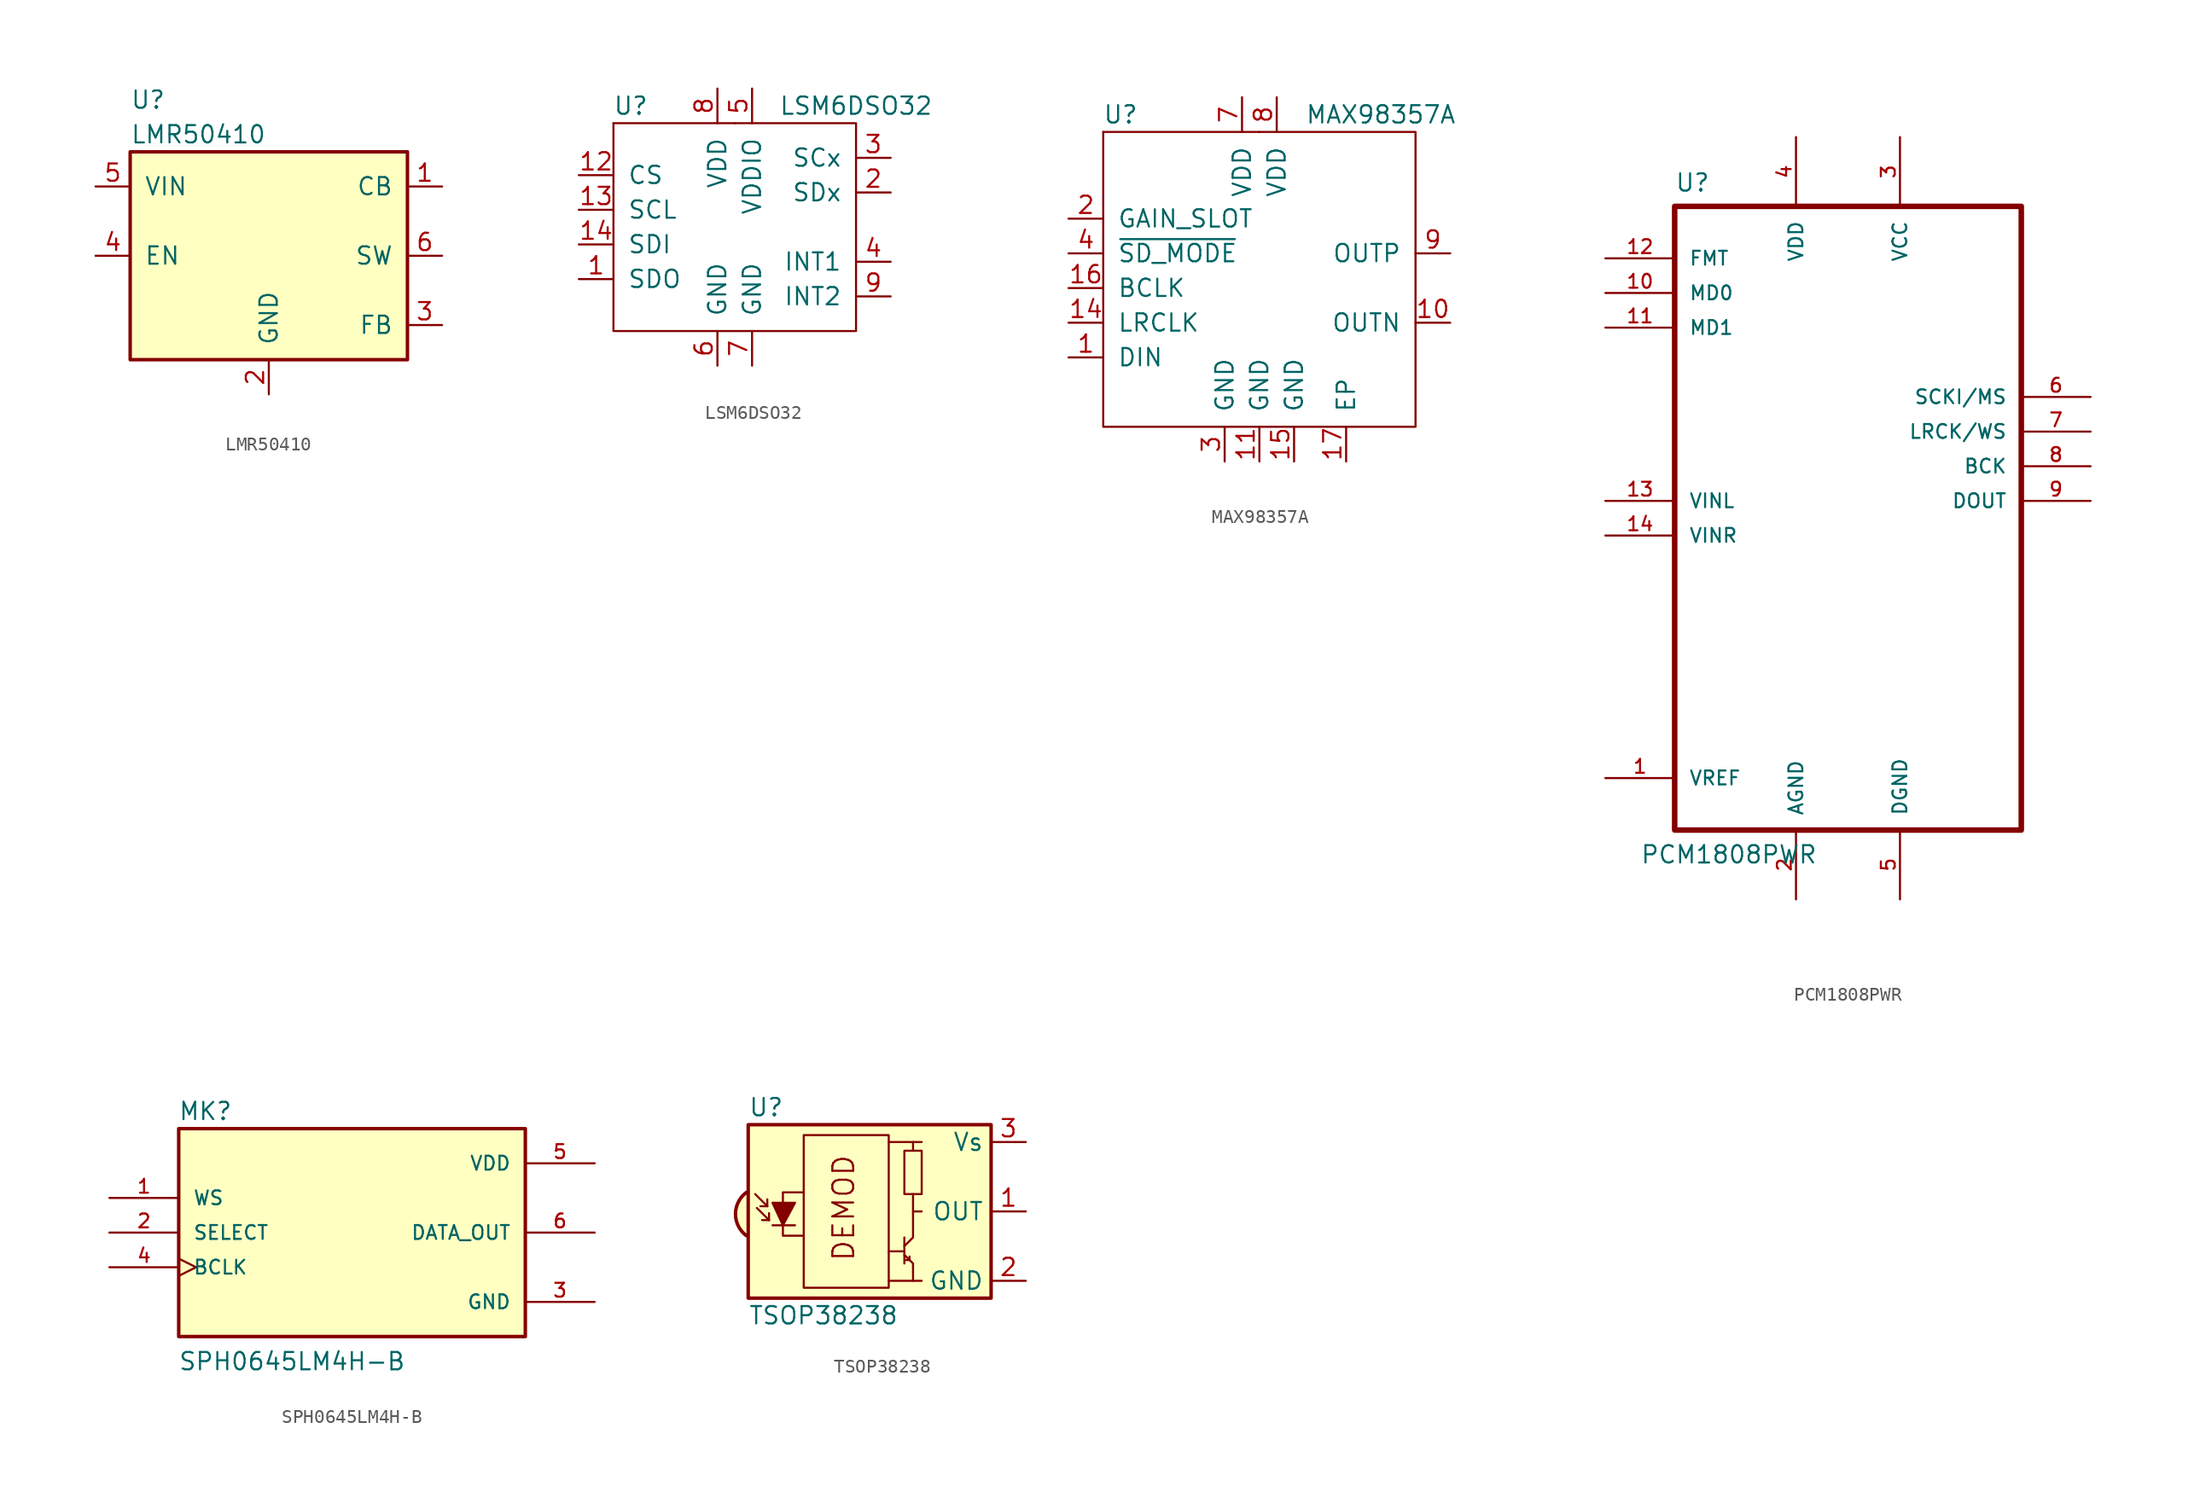
<source format=kicad_sym>
(kicad_symbol_lib
  (version 20220914)
  (generator kicad_symbol_editor)
  (symbol "LMR50410"
    (pin_names
      (offset 1.016))
    (property "Reference" "U"
      (at -10.16 11.43 0)
      (effects (font (size 1.27 1.27)) (justify left)))
    (property "Value" "LMR50410"
      (at -10.16 8.89 0)
      (effects (font (size 1.27 1.27)) (justify left)))
    (symbol "LMR50410_0_1"
      (rectangle (start -10.16 7.62) (end 10.16 -7.62) (stroke (width 0.254) (type default)) (fill (type background))))
    (symbol "LMR50410_1_1"
      (pin input line (at 12.7 5.08 180) (length 2.54) (name "CB" (effects (font (size 1.27 1.27)))) (number "1" (effects (font (size 1.27 1.27)))))
      (pin power_in line (at 0 -10.16 90) (length 2.54) (name "GND" (effects (font (size 1.27 1.27)))) (number "2" (effects (font (size 1.27 1.27)))))
      (pin input line (at 12.7 -5.08 180) (length 2.54) (name "FB" (effects (font (size 1.27 1.27)))) (number "3" (effects (font (size 1.27 1.27)))))
      (pin input line (at -12.7 0 0) (length 2.54) (name "EN" (effects (font (size 1.27 1.27)))) (number "4" (effects (font (size 1.27 1.27)))))
      (pin power_in line (at -12.7 5.08 0) (length 2.54) (name "VIN" (effects (font (size 1.27 1.27)))) (number "5" (effects (font (size 1.27 1.27)))))
      (pin output line (at 12.7 0 180) (length 2.54) (name "SW" (effects (font (size 1.27 1.27)))) (number "6" (effects (font (size 1.27 1.27)))))))
  (symbol "LSM6DSO32"
    (pin_names
      (offset 1.016))
    (property "Reference" "U"
      (at -7.62 8.89 0)
      (effects (font (size 1.27 1.27))))
    (property "Value" "LSM6DSO32"
      (at 8.89 8.89 0)
      (effects (font (size 1.27 1.27))))
    (symbol "LSM6DSO32_0_1"
      (polyline (pts (xy -8.89 7.62) (xy 0 7.62)) (stroke (width 0) (type default)) (fill (type none)))
      (polyline (pts (xy -8.89 7.62) (xy -8.89 -7.62) (xy 8.89 -7.62) (xy 8.89 7.62) (xy 0 7.62)) (stroke (width 0) (type default)) (fill (type none))))
    (symbol "LSM6DSO32_1_1"
      (pin input line (at -11.43 -3.81 0) (length 2.54) (name "SDO" (effects (font (size 1.27 1.27)))) (number "1" (effects (font (size 1.27 1.27)))))
      (pin input line (at -11.43 3.81 0) (length 2.54) (name "CS" (effects (font (size 1.27 1.27)))) (number "12" (effects (font (size 1.27 1.27)))))
      (pin input line (at -11.43 1.27 0) (length 2.54) (name "SCL" (effects (font (size 1.27 1.27)))) (number "13" (effects (font (size 1.27 1.27)))))
      (pin input line (at -11.43 -1.27 0) (length 2.54) (name "SDI" (effects (font (size 1.27 1.27)))) (number "14" (effects (font (size 1.27 1.27)))))
      (pin input line (at 11.43 2.54 180) (length 2.54) (name "SDx" (effects (font (size 1.27 1.27)))) (number "2" (effects (font (size 1.27 1.27)))))
      (pin input line (at 11.43 5.08 180) (length 2.54) (name "SCx" (effects (font (size 1.27 1.27)))) (number "3" (effects (font (size 1.27 1.27)))))
      (pin input line (at 11.43 -2.54 180) (length 2.54) (name "INT1" (effects (font (size 1.27 1.27)))) (number "4" (effects (font (size 1.27 1.27)))))
      (pin input line (at 1.27 10.16 270) (length 2.54) (name "VDDIO" (effects (font (size 1.27 1.27)))) (number "5" (effects (font (size 1.27 1.27)))))
      (pin input line (at -1.27 -10.16 90) (length 2.54) (name "GND" (effects (font (size 1.27 1.27)))) (number "6" (effects (font (size 1.27 1.27)))))
      (pin input line (at 1.27 -10.16 90) (length 2.54) (name "GND" (effects (font (size 1.27 1.27)))) (number "7" (effects (font (size 1.27 1.27)))))
      (pin input line (at -1.27 10.16 270) (length 2.54) (name "VDD" (effects (font (size 1.27 1.27)))) (number "8" (effects (font (size 1.27 1.27)))))
      (pin input line (at 11.43 -5.08 180) (length 2.54) (name "INT2" (effects (font (size 1.27 1.27)))) (number "9" (effects (font (size 1.27 1.27)))))))
  (symbol "MAX98357A"
    (pin_names
      (offset 1.016))
    (property "Reference" "U"
      (at -10.16 12.7 0)
      (effects (font (size 1.27 1.27))))
    (property "Value" "MAX98357A"
      (at 8.89 12.7 0)
      (effects (font (size 1.27 1.27))))
    (symbol "MAX98357A_0_1"
      (polyline (pts (xy -11.43 11.43) (xy 0 11.43)) (stroke (width 0) (type default)) (fill (type none)))
      (polyline (pts (xy -11.43 11.43) (xy -11.43 -10.16) (xy 11.43 -10.16) (xy 11.43 11.43) (xy 0 11.43)) (stroke (width 0) (type default)) (fill (type none))))
    (symbol "MAX98357A_1_1"
      (pin input line (at -13.97 -5.08 0) (length 2.54) (name "DIN" (effects (font (size 1.27 1.27)))) (number "1" (effects (font (size 1.27 1.27)))))
      (pin input line (at 13.97 -2.54 180) (length 2.54) (name "OUTN" (effects (font (size 1.27 1.27)))) (number "10" (effects (font (size 1.27 1.27)))))
      (pin input line (at 0 -12.7 90) (length 2.54) (name "GND" (effects (font (size 1.27 1.27)))) (number "11" (effects (font (size 1.27 1.27)))))
      (pin input line (at -13.97 -2.54 0) (length 2.54) (name "LRCLK" (effects (font (size 1.27 1.27)))) (number "14" (effects (font (size 1.27 1.27)))))
      (pin input line (at 2.54 -12.7 90) (length 2.54) (name "GND" (effects (font (size 1.27 1.27)))) (number "15" (effects (font (size 1.27 1.27)))))
      (pin input line (at -13.97 0 0) (length 2.54) (name "BCLK" (effects (font (size 1.27 1.27)))) (number "16" (effects (font (size 1.27 1.27)))))
      (pin unspecified line (at 6.35 -12.7 90) (length 2.54) (name "EP" (effects (font (size 1.27 1.27)))) (number "17" (effects (font (size 1.27 1.27)))))
      (pin input line (at -13.97 5.08 0) (length 2.54) (name "GAIN_SLOT" (effects (font (size 1.27 1.27)))) (number "2" (effects (font (size 1.27 1.27)))))
      (pin input line (at -2.54 -12.7 90) (length 2.54) (name "GND" (effects (font (size 1.27 1.27)))) (number "3" (effects (font (size 1.27 1.27)))))
      (pin input line (at -13.97 2.54 0) (length 2.54) (name "~{SD_MODE}" (effects (font (size 1.27 1.27)))) (number "4" (effects (font (size 1.27 1.27)))))
      (pin input line (at -1.27 13.97 270) (length 2.54) (name "VDD" (effects (font (size 1.27 1.27)))) (number "7" (effects (font (size 1.27 1.27)))))
      (pin input line (at 1.27 13.97 270) (length 2.54) (name "VDD" (effects (font (size 1.27 1.27)))) (number "8" (effects (font (size 1.27 1.27)))))
      (pin input line (at 13.97 2.54 180) (length 2.54) (name "OUTP" (effects (font (size 1.27 1.27)))) (number "9" (effects (font (size 1.27 1.27)))))))
  (symbol "PCM1808PWR"
    (pin_names
      (offset 1.016))
    (property "Reference" "U"
      (at -12.7 23.851 0)
      (effects (font (size 1.27 1.27)) (justify left bottom)))
    (property "Value" "PCM1808PWR"
      (at -15.24 -25.4 0)
      (effects (font (size 1.27 1.27)) (justify left bottom)))
    (symbol "PCM1808PWR_0_0"
      (rectangle (start -12.7 -22.86) (end 12.7 22.86) (stroke (width 0.406) (type default)) (fill (type none)))
      (pin input line (at -17.78 -19.05 0) (length 5.08) (name "VREF" (effects (font (size 1.016 1.016)))) (number "1" (effects (font (size 1.016 1.016)))))
      (pin input line (at -17.78 16.51 0) (length 5.08) (name "MD0" (effects (font (size 1.016 1.016)))) (number "10" (effects (font (size 1.016 1.016)))))
      (pin input line (at -17.78 13.97 0) (length 5.08) (name "MD1" (effects (font (size 1.016 1.016)))) (number "11" (effects (font (size 1.016 1.016)))))
      (pin input line (at -17.78 19.05 0) (length 5.08) (name "FMT" (effects (font (size 1.016 1.016)))) (number "12" (effects (font (size 1.016 1.016)))))
      (pin input line (at -17.78 1.27 0) (length 5.08) (name "VINL" (effects (font (size 1.016 1.016)))) (number "13" (effects (font (size 1.016 1.016)))))
      (pin input line (at -17.78 -1.27 0) (length 5.08) (name "VINR" (effects (font (size 1.016 1.016)))) (number "14" (effects (font (size 1.016 1.016)))))
      (pin power_in line (at -3.81 -27.94 90) (length 5.08) (name "AGND" (effects (font (size 1.016 1.016)))) (number "2" (effects (font (size 1.016 1.016)))))
      (pin power_in line (at 3.81 27.94 270) (length 5.08) (name "VCC" (effects (font (size 1.016 1.016)))) (number "3" (effects (font (size 1.016 1.016)))))
      (pin power_in line (at -3.81 27.94 270) (length 5.08) (name "VDD" (effects (font (size 1.016 1.016)))) (number "4" (effects (font (size 1.016 1.016)))))
      (pin power_in line (at 3.81 -27.94 90) (length 5.08) (name "DGND" (effects (font (size 1.016 1.016)))) (number "5" (effects (font (size 1.016 1.016)))))
      (pin input line (at 17.78 8.89 180) (length 5.08) (name "SCKI/MS" (effects (font (size 1.016 1.016)))) (number "6" (effects (font (size 1.016 1.016)))))
      (pin input line (at 17.78 6.35 180) (length 5.08) (name "LRCK/WS" (effects (font (size 1.016 1.016)))) (number "7" (effects (font (size 1.016 1.016)))))
      (pin input line (at 17.78 3.81 180) (length 5.08) (name "BCK" (effects (font (size 1.016 1.016)))) (number "8" (effects (font (size 1.016 1.016)))))
      (pin output line (at 17.78 1.27 180) (length 5.08) (name "DOUT" (effects (font (size 1.016 1.016)))) (number "9" (effects (font (size 1.016 1.016)))))))
  (symbol "SPH0645LM4H-B"
    (pin_names
      (offset 1.016))
    (property "Reference" "MK"
      (at -12.751 8.153 0)
      (effects (font (size 1.27 1.27)) (justify left bottom)))
    (property "Value" "SPH0645LM4H-B"
      (at -12.751 -10.185 0)
      (effects (font (size 1.27 1.27)) (justify left bottom)))
    (symbol "SPH0645LM4H-B_0_0"
      (rectangle (start -12.7 -7.62) (end 12.7 7.62) (stroke (width 0.254) (type default)) (fill (type background)))
      (pin input line (at -17.78 2.54 0) (length 5.08) (name "WS" (effects (font (size 1.016 1.016)))) (number "1" (effects (font (size 1.016 1.016)))))
      (pin input line (at -17.78 0 0) (length 5.08) (name "SELECT" (effects (font (size 1.016 1.016)))) (number "2" (effects (font (size 1.016 1.016)))))
      (pin power_in line (at 17.78 -5.08 180) (length 5.08) (name "GND" (effects (font (size 1.016 1.016)))) (number "3" (effects (font (size 1.016 1.016)))))
      (pin input clock (at -17.78 -2.54 0) (length 5.08) (name "BCLK" (effects (font (size 1.016 1.016)))) (number "4" (effects (font (size 1.016 1.016)))))
      (pin power_in line (at 17.78 5.08 180) (length 5.08) (name "VDD" (effects (font (size 1.016 1.016)))) (number "5" (effects (font (size 1.016 1.016)))))
      (pin output line (at 17.78 0 180) (length 5.08) (name "DATA_OUT" (effects (font (size 1.016 1.016)))) (number "6" (effects (font (size 1.016 1.016)))))))
  (symbol "TSOP38238"
    (property "Reference" "U"
      (at -10.16 7.62 0)
      (effects (font (size 1.27 1.27)) (justify left)))
    (property "Value" "TSOP38238"
      (at -10.16 -7.62 0)
      (effects (font (size 1.27 1.27)) (justify left)))
    (symbol "TSOP38238_0_0"
      (arc (start -10.287 1.397) (mid -11.0899 -0.1905) (end -10.287 -1.778) (stroke (width 0.254) (type default)) (fill (type background)))
      (polyline (pts (xy 1.905 -5.08) (xy 0.127 -5.08)) (stroke (width 0) (type default)) (fill (type none)))
      (polyline (pts (xy 1.905 5.08) (xy 0.127 5.08)) (stroke (width 0) (type default)) (fill (type none)))
      (text "DEMOD" (at -3.175 0.254 900) (effects (font (size 1.524 1.524)))))
    (symbol "TSOP38238_0_1"
      (rectangle (start -6.096 5.588) (end 0.127 -5.588) (stroke (width 0) (type default)) (fill (type none)))
      (polyline (pts (xy -8.763 0.381) (xy -9.652 1.27)) (stroke (width 0) (type default)) (fill (type none)))
      (polyline (pts (xy -8.763 0.381) (xy -9.271 0.381)) (stroke (width 0) (type default)) (fill (type none)))
      (polyline (pts (xy -8.763 0.381) (xy -8.763 0.889)) (stroke (width 0) (type default)) (fill (type none)))
      (polyline (pts (xy -8.636 -0.635) (xy -9.525 0.254)) (stroke (width 0) (type default)) (fill (type none)))
      (polyline (pts (xy -8.636 -0.635) (xy -9.144 -0.635)) (stroke (width 0) (type default)) (fill (type none)))
      (polyline (pts (xy -8.636 -0.635) (xy -8.636 -0.127)) (stroke (width 0) (type default)) (fill (type none)))
      (polyline (pts (xy -8.382 -1.016) (xy -6.731 -1.016)) (stroke (width 0) (type default)) (fill (type none)))
      (polyline (pts (xy 1.27 -2.921) (xy 0.127 -2.921)) (stroke (width 0) (type default)) (fill (type none)))
      (polyline (pts (xy 1.27 -1.905) (xy 1.27 -3.81)) (stroke (width 0) (type default)) (fill (type none)))
      (polyline (pts (xy 1.397 -3.556) (xy 1.524 -3.556)) (stroke (width 0) (type default)) (fill (type none)))
      (polyline (pts (xy 1.651 -3.556) (xy 1.524 -3.556)) (stroke (width 0) (type default)) (fill (type none)))
      (polyline (pts (xy 1.651 -3.556) (xy 1.651 -3.302)) (stroke (width 0) (type default)) (fill (type none)))
      (polyline (pts (xy 1.905 0) (xy 1.905 1.27)) (stroke (width 0) (type default)) (fill (type none)))
      (polyline (pts (xy 1.905 4.445) (xy 1.905 5.08) (xy 2.54 5.08)) (stroke (width 0) (type default)) (fill (type none)))
      (polyline (pts (xy -8.382 0.635) (xy -6.731 0.635) (xy -7.62 -1.016) (xy -8.382 0.635)) (stroke (width 0) (type default)) (fill (type outline)))
      (polyline (pts (xy -6.096 1.397) (xy -7.62 1.397) (xy -7.62 -1.778) (xy -6.096 -1.778)) (stroke (width 0) (type default)) (fill (type none)))
      (polyline (pts (xy 1.27 -3.175) (xy 1.905 -3.81) (xy 1.905 -5.08) (xy 2.54 -5.08)) (stroke (width 0) (type default)) (fill (type none)))
      (polyline (pts (xy 1.27 -2.54) (xy 1.905 -1.905) (xy 1.905 0) (xy 2.54 0)) (stroke (width 0) (type default)) (fill (type none)))
      (rectangle (start 2.54 1.27) (end 1.27 4.445) (stroke (width 0) (type default)) (fill (type none)))
      (rectangle (start 7.62 6.35) (end -10.16 -6.35) (stroke (width 0.254) (type default)) (fill (type background))))
    (symbol "TSOP38238_1_1"
      (pin output line (at 10.16 0 180) (length 2.54) (name "OUT" (effects (font (size 1.27 1.27)))) (number "1" (effects (font (size 1.27 1.27)))))
      (pin power_in line (at 10.16 -5.08 180) (length 2.54) (name "GND" (effects (font (size 1.27 1.27)))) (number "2" (effects (font (size 1.27 1.27)))))
      (pin power_in line (at 10.16 5.08 180) (length 2.54) (name "Vs" (effects (font (size 1.27 1.27)))) (number "3" (effects (font (size 1.27 1.27))))))))
</source>
